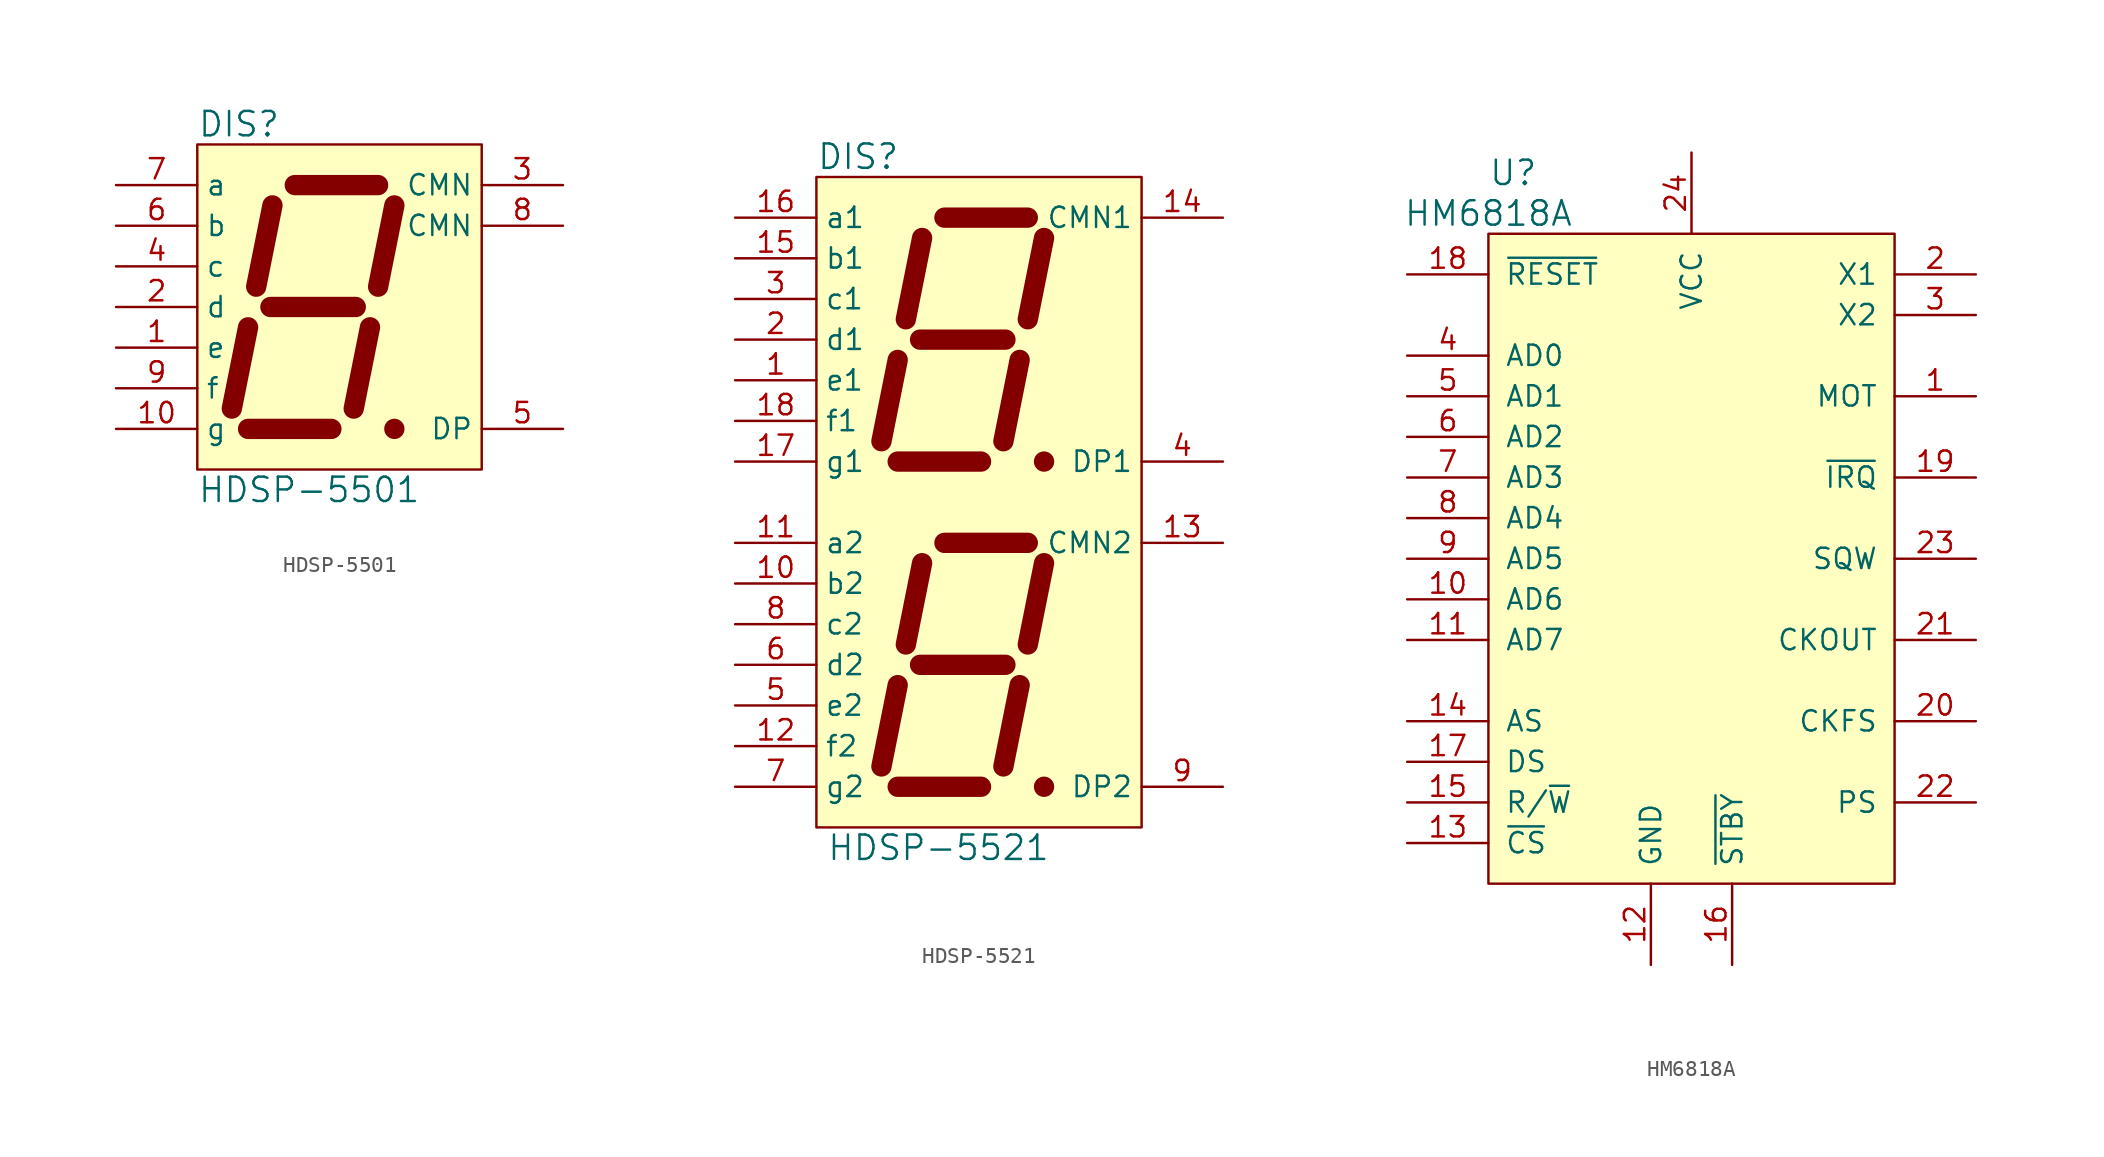
<source format=kicad_sym>
(kicad_symbol_lib
  (version 20211014)
  (generator kicad_symbol_editor)
  (symbol "HDSP-5501"
    (property "Reference" "DIS"
      (at -7.62 11.43 0)
      (effects (font (size 1.524 1.524)) (justify left)))
    (property "Value" "HDSP-5501"
      (at -7.62 -11.43 0)
      (effects (font (size 1.524 1.524)) (justify left)))
    (property "Footprint" ""
      (at 0.254 0.635 0)
      (effects (font (size 1.524 1.524))))
    (property "Datasheet" ""
      (at 0.254 0.635 0)
      (effects (font (size 1.524 1.524))))
    (symbol "HDSP-5501_0_1"
      (rectangle (start -7.62 10.16) (end 10.16 -10.16) (stroke (width 0) (type default) (color 0 0 0 0)) (fill (type background)))
      (polyline (pts (xy -5.461 -6.35) (xy -4.445 -1.27)) (stroke (width 1.27) (type default) (color 0 0 0 0)) (fill (type none)))
      (polyline (pts (xy -3.937 1.27) (xy -2.921 6.35)) (stroke (width 1.27) (type default) (color 0 0 0 0)) (fill (type none)))
      (polyline (pts (xy -3.048 0) (xy 2.286 0)) (stroke (width 1.27) (type default) (color 0 0 0 0)) (fill (type none)))
      (polyline (pts (xy -1.524 7.62) (xy 3.683 7.62)) (stroke (width 1.27) (type default) (color 0 0 0 0)) (fill (type none)))
      (polyline (pts (xy 0.762 -7.62) (xy -4.445 -7.62)) (stroke (width 1.27) (type default) (color 0 0 0 0)) (fill (type none)))
      (polyline (pts (xy 2.159 -6.35) (xy 3.175 -1.27)) (stroke (width 1.27) (type default) (color 0 0 0 0)) (fill (type none)))
      (polyline (pts (xy 3.683 1.27) (xy 4.699 6.35)) (stroke (width 1.27) (type default) (color 0 0 0 0)) (fill (type none)))
      (polyline (pts (xy 4.699 -7.62) (xy 4.699 -7.62)) (stroke (width 1.27) (type default) (color 0 0 0 0)) (fill (type none))))
    (symbol "HDSP-5501_1_1"
      (pin input line (at -12.7 -2.54 0) (length 5.08) (name "e" (effects (font (size 1.27 1.27)))) (number "1" (effects (font (size 1.27 1.27)))))
      (pin input line (at -12.7 -7.62 0) (length 5.08) (name "g" (effects (font (size 1.27 1.27)))) (number "10" (effects (font (size 1.27 1.27)))))
      (pin input line (at -12.7 0 0) (length 5.08) (name "d" (effects (font (size 1.27 1.27)))) (number "2" (effects (font (size 1.27 1.27)))))
      (pin input line (at 15.24 7.62 180) (length 5.08) (name "CMN" (effects (font (size 1.27 1.27)))) (number "3" (effects (font (size 1.27 1.27)))))
      (pin input line (at -12.7 2.54 0) (length 5.08) (name "c" (effects (font (size 1.27 1.27)))) (number "4" (effects (font (size 1.27 1.27)))))
      (pin input line (at 15.24 -7.62 180) (length 5.08) (name "DP" (effects (font (size 1.27 1.27)))) (number "5" (effects (font (size 1.27 1.27)))))
      (pin input line (at -12.7 5.08 0) (length 5.08) (name "b" (effects (font (size 1.27 1.27)))) (number "6" (effects (font (size 1.27 1.27)))))
      (pin input line (at -12.7 7.62 0) (length 5.08) (name "a" (effects (font (size 1.27 1.27)))) (number "7" (effects (font (size 1.27 1.27)))))
      (pin input line (at 15.24 5.08 180) (length 5.08) (name "CMN" (effects (font (size 1.27 1.27)))) (number "8" (effects (font (size 1.27 1.27)))))
      (pin input line (at -12.7 -5.08 0) (length 5.08) (name "f" (effects (font (size 1.27 1.27)))) (number "9" (effects (font (size 1.27 1.27)))))))
  (symbol "HDSP-5521"
    (property "Reference" "DIS"
      (at -10.16 21.59 0)
      (effects (font (size 1.524 1.524)) (justify left)))
    (property "Value" "HDSP-5521"
      (at -9.525 -21.59 0)
      (effects (font (size 1.524 1.524)) (justify left)))
    (property "Footprint" ""
      (at -0.381 10.795 0)
      (effects (font (size 1.524 1.524))))
    (property "Datasheet" ""
      (at -0.381 10.795 0)
      (effects (font (size 1.524 1.524))))
    (symbol "HDSP-5521_0_1"
      (rectangle (start -10.16 20.32) (end 10.16 -20.32) (stroke (width 0) (type default) (color 0 0 0 0)) (fill (type background)))
      (polyline (pts (xy -6.096 -16.51) (xy -5.08 -11.43)) (stroke (width 1.27) (type default) (color 0 0 0 0)) (fill (type none)))
      (polyline (pts (xy -6.096 3.81) (xy -5.08 8.89)) (stroke (width 1.27) (type default) (color 0 0 0 0)) (fill (type none)))
      (polyline (pts (xy -4.572 -8.89) (xy -3.556 -3.81)) (stroke (width 1.27) (type default) (color 0 0 0 0)) (fill (type none)))
      (polyline (pts (xy -4.572 11.43) (xy -3.556 16.51)) (stroke (width 1.27) (type default) (color 0 0 0 0)) (fill (type none)))
      (polyline (pts (xy -3.683 -10.16) (xy 1.651 -10.16)) (stroke (width 1.27) (type default) (color 0 0 0 0)) (fill (type none)))
      (polyline (pts (xy -3.683 10.16) (xy 1.651 10.16)) (stroke (width 1.27) (type default) (color 0 0 0 0)) (fill (type none)))
      (polyline (pts (xy -2.159 -2.54) (xy 3.048 -2.54)) (stroke (width 1.27) (type default) (color 0 0 0 0)) (fill (type none)))
      (polyline (pts (xy -2.159 17.78) (xy 3.048 17.78)) (stroke (width 1.27) (type default) (color 0 0 0 0)) (fill (type none)))
      (polyline (pts (xy 0.127 -17.78) (xy -5.08 -17.78)) (stroke (width 1.27) (type default) (color 0 0 0 0)) (fill (type none)))
      (polyline (pts (xy 0.127 2.54) (xy -5.08 2.54)) (stroke (width 1.27) (type default) (color 0 0 0 0)) (fill (type none)))
      (polyline (pts (xy 1.524 -16.51) (xy 2.54 -11.43)) (stroke (width 1.27) (type default) (color 0 0 0 0)) (fill (type none)))
      (polyline (pts (xy 1.524 3.81) (xy 2.54 8.89)) (stroke (width 1.27) (type default) (color 0 0 0 0)) (fill (type none)))
      (polyline (pts (xy 3.048 -8.89) (xy 4.064 -3.81)) (stroke (width 1.27) (type default) (color 0 0 0 0)) (fill (type none)))
      (polyline (pts (xy 3.048 11.43) (xy 4.064 16.51)) (stroke (width 1.27) (type default) (color 0 0 0 0)) (fill (type none)))
      (polyline (pts (xy 4.064 -17.78) (xy 4.064 -17.78)) (stroke (width 1.27) (type default) (color 0 0 0 0)) (fill (type none)))
      (polyline (pts (xy 4.064 2.54) (xy 4.064 2.54)) (stroke (width 1.27) (type default) (color 0 0 0 0)) (fill (type none))))
    (symbol "HDSP-5521_1_1"
      (pin input line (at -15.24 7.62 0) (length 5.08) (name "e1" (effects (font (size 1.27 1.27)))) (number "1" (effects (font (size 1.27 1.27)))))
      (pin input line (at -15.24 -5.08 0) (length 5.08) (name "b2" (effects (font (size 1.27 1.27)))) (number "10" (effects (font (size 1.27 1.27)))))
      (pin input line (at -15.24 -2.54 0) (length 5.08) (name "a2" (effects (font (size 1.27 1.27)))) (number "11" (effects (font (size 1.27 1.27)))))
      (pin input line (at -15.24 -15.24 0) (length 5.08) (name "f2" (effects (font (size 1.27 1.27)))) (number "12" (effects (font (size 1.27 1.27)))))
      (pin input line (at 15.24 -2.54 180) (length 5.08) (name "CMN2" (effects (font (size 1.27 1.27)))) (number "13" (effects (font (size 1.27 1.27)))))
      (pin input line (at 15.24 17.78 180) (length 5.08) (name "CMN1" (effects (font (size 1.27 1.27)))) (number "14" (effects (font (size 1.27 1.27)))))
      (pin input line (at -15.24 15.24 0) (length 5.08) (name "b1" (effects (font (size 1.27 1.27)))) (number "15" (effects (font (size 1.27 1.27)))))
      (pin input line (at -15.24 17.78 0) (length 5.08) (name "a1" (effects (font (size 1.27 1.27)))) (number "16" (effects (font (size 1.27 1.27)))))
      (pin input line (at -15.24 2.54 0) (length 5.08) (name "g1" (effects (font (size 1.27 1.27)))) (number "17" (effects (font (size 1.27 1.27)))))
      (pin input line (at -15.24 5.08 0) (length 5.08) (name "f1" (effects (font (size 1.27 1.27)))) (number "18" (effects (font (size 1.27 1.27)))))
      (pin input line (at -15.24 10.16 0) (length 5.08) (name "d1" (effects (font (size 1.27 1.27)))) (number "2" (effects (font (size 1.27 1.27)))))
      (pin input line (at -15.24 12.7 0) (length 5.08) (name "c1" (effects (font (size 1.27 1.27)))) (number "3" (effects (font (size 1.27 1.27)))))
      (pin input line (at 15.24 2.54 180) (length 5.08) (name "DP1" (effects (font (size 1.27 1.27)))) (number "4" (effects (font (size 1.27 1.27)))))
      (pin input line (at -15.24 -12.7 0) (length 5.08) (name "e2" (effects (font (size 1.27 1.27)))) (number "5" (effects (font (size 1.27 1.27)))))
      (pin input line (at -15.24 -10.16 0) (length 5.08) (name "d2" (effects (font (size 1.27 1.27)))) (number "6" (effects (font (size 1.27 1.27)))))
      (pin input line (at -15.24 -17.78 0) (length 5.08) (name "g2" (effects (font (size 1.27 1.27)))) (number "7" (effects (font (size 1.27 1.27)))))
      (pin input line (at -15.24 -7.62 0) (length 5.08) (name "c2" (effects (font (size 1.27 1.27)))) (number "8" (effects (font (size 1.27 1.27)))))
      (pin input line (at 15.24 -17.78 180) (length 5.08) (name "DP2" (effects (font (size 1.27 1.27)))) (number "9" (effects (font (size 1.27 1.27)))))))
  (symbol "HM6818A"
    (pin_names
      (offset 1.016))
    (property "Reference" "U"
      (at -12.7 22.86 0)
      (effects (font (size 1.524 1.524)) (justify left)))
    (property "Value" "HM6818A"
      (at -12.7 20.32 0)
      (effects (font (size 1.524 1.524))))
    (property "Footprint" ""
      (at 0 0 0)
      (effects (font (size 1.524 1.524))))
    (property "Datasheet" ""
      (at 0 0 0)
      (effects (font (size 1.524 1.524))))
    (symbol "HM6818A_0_1"
      (rectangle (start -12.7 19.05) (end 12.7 -21.59) (stroke (width 0) (type default) (color 0 0 0 0)) (fill (type background))))
    (symbol "HM6818A_1_1"
      (pin input line (at 17.78 8.89 180) (length 5.08) (name "MOT" (effects (font (size 1.27 1.27)))) (number "1" (effects (font (size 1.27 1.27)))))
      (pin bidirectional line (at -17.78 -3.81 0) (length 5.08) (name "AD6" (effects (font (size 1.27 1.27)))) (number "10" (effects (font (size 1.27 1.27)))))
      (pin bidirectional line (at -17.78 -6.35 0) (length 5.08) (name "AD7" (effects (font (size 1.27 1.27)))) (number "11" (effects (font (size 1.27 1.27)))))
      (pin power_in line (at -2.54 -26.67 90) (length 5.08) (name "GND" (effects (font (size 1.27 1.27)))) (number "12" (effects (font (size 1.27 1.27)))))
      (pin input line (at -17.78 -19.05 0) (length 5.08) (name "~{CS}" (effects (font (size 1.27 1.27)))) (number "13" (effects (font (size 1.27 1.27)))))
      (pin input line (at -17.78 -11.43 0) (length 5.08) (name "AS" (effects (font (size 1.27 1.27)))) (number "14" (effects (font (size 1.27 1.27)))))
      (pin input line (at -17.78 -16.51 0) (length 5.08) (name "R/~{W}" (effects (font (size 1.27 1.27)))) (number "15" (effects (font (size 1.27 1.27)))))
      (pin input line (at 2.54 -26.67 90) (length 5.08) (name "~{STBY}" (effects (font (size 1.27 1.27)))) (number "16" (effects (font (size 1.27 1.27)))))
      (pin input line (at -17.78 -13.97 0) (length 5.08) (name "DS" (effects (font (size 1.27 1.27)))) (number "17" (effects (font (size 1.27 1.27)))))
      (pin input line (at -17.78 16.51 0) (length 5.08) (name "~{RESET}" (effects (font (size 1.27 1.27)))) (number "18" (effects (font (size 1.27 1.27)))))
      (pin output line (at 17.78 3.81 180) (length 5.08) (name "~{IRQ}" (effects (font (size 1.27 1.27)))) (number "19" (effects (font (size 1.27 1.27)))))
      (pin input line (at 17.78 16.51 180) (length 5.08) (name "X1" (effects (font (size 1.27 1.27)))) (number "2" (effects (font (size 1.27 1.27)))))
      (pin input line (at 17.78 -11.43 180) (length 5.08) (name "CKFS" (effects (font (size 1.27 1.27)))) (number "20" (effects (font (size 1.27 1.27)))))
      (pin output line (at 17.78 -6.35 180) (length 5.08) (name "CKOUT" (effects (font (size 1.27 1.27)))) (number "21" (effects (font (size 1.27 1.27)))))
      (pin input line (at 17.78 -16.51 180) (length 5.08) (name "PS" (effects (font (size 1.27 1.27)))) (number "22" (effects (font (size 1.27 1.27)))))
      (pin input line (at 17.78 -1.27 180) (length 5.08) (name "SQW" (effects (font (size 1.27 1.27)))) (number "23" (effects (font (size 1.27 1.27)))))
      (pin power_in line (at 0 24.13 270) (length 5.08) (name "VCC" (effects (font (size 1.27 1.27)))) (number "24" (effects (font (size 1.27 1.27)))))
      (pin input line (at 17.78 13.97 180) (length 5.08) (name "X2" (effects (font (size 1.27 1.27)))) (number "3" (effects (font (size 1.27 1.27)))))
      (pin bidirectional line (at -17.78 11.43 0) (length 5.08) (name "AD0" (effects (font (size 1.27 1.27)))) (number "4" (effects (font (size 1.27 1.27)))))
      (pin bidirectional line (at -17.78 8.89 0) (length 5.08) (name "AD1" (effects (font (size 1.27 1.27)))) (number "5" (effects (font (size 1.27 1.27)))))
      (pin bidirectional line (at -17.78 6.35 0) (length 5.08) (name "AD2" (effects (font (size 1.27 1.27)))) (number "6" (effects (font (size 1.27 1.27)))))
      (pin bidirectional line (at -17.78 3.81 0) (length 5.08) (name "AD3" (effects (font (size 1.27 1.27)))) (number "7" (effects (font (size 1.27 1.27)))))
      (pin bidirectional line (at -17.78 1.27 0) (length 5.08) (name "AD4" (effects (font (size 1.27 1.27)))) (number "8" (effects (font (size 1.27 1.27)))))
      (pin bidirectional line (at -17.78 -1.27 0) (length 5.08) (name "AD5" (effects (font (size 1.27 1.27)))) (number "9" (effects (font (size 1.27 1.27))))))))
</source>
